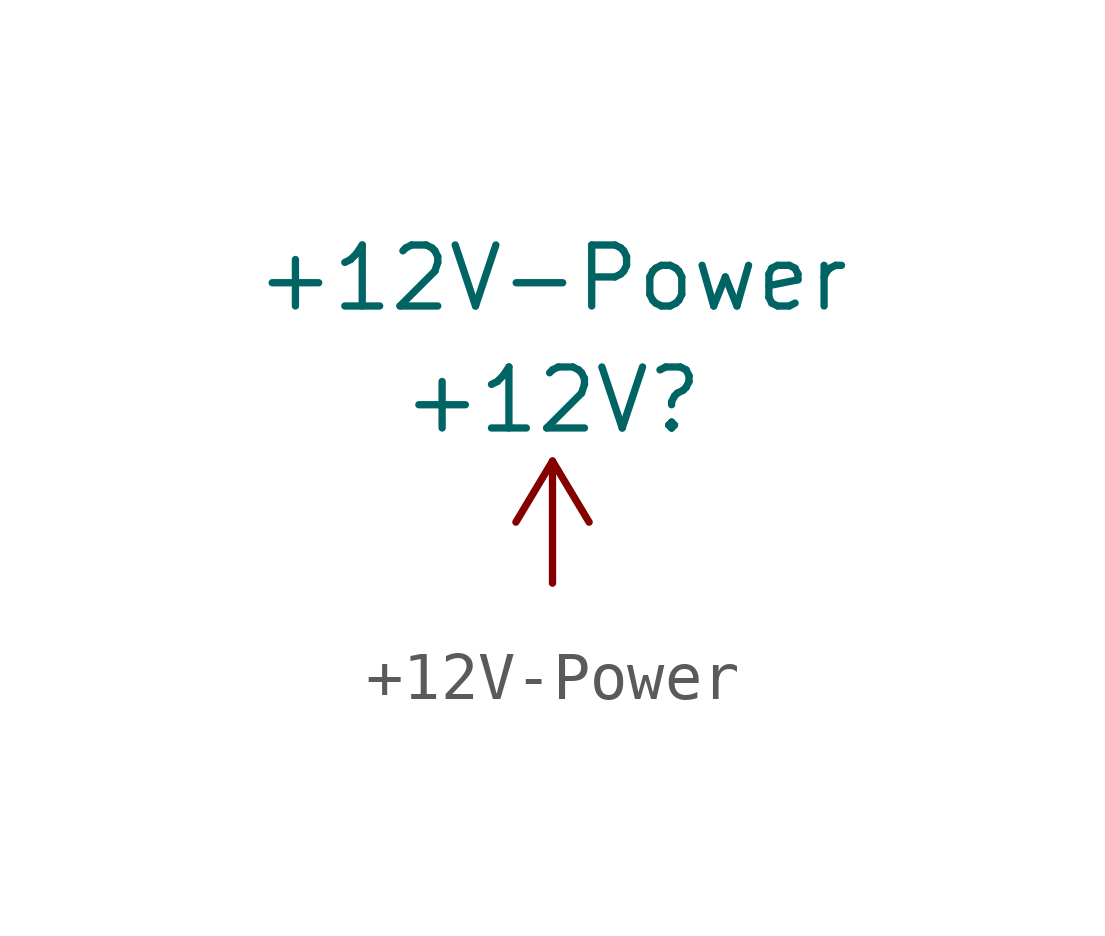
<source format=kicad_sym>
(kicad_symbol_lib
  (version 20220126)
  (generator kicad_symbol_editor)
  (symbol "+12V-Power"
    (pin_names
      (offset 1.016))
    (property "Reference" "+12V"
      (at 0 0 0)
      (effects (font (size 1.27 1.27))))
    (property "Value" "+12V-Power"
      (at 0 2.54 0)
      (effects (font (size 1.27 1.27))))
    (symbol "+12V-Power_1_1"
      (polyline (pts (xy -0.762 -2.54) (xy 0 -1.27)) (stroke (width 0) (type default)) (fill (type none)))
      (polyline (pts (xy 0 -3.81) (xy 0 -1.27)) (stroke (width 0) (type default)) (fill (type none)))
      (polyline (pts (xy 0 -1.27) (xy 0.762 -2.54)) (stroke (width 0) (type default)) (fill (type none)))
      (pin power_in line (at 0 -3.81 90) (length 0) hide (name "+3V3" (effects (font (size 1.27 1.27)))) (number "1" (effects (font (size 1.27 1.27))))))))
</source>
